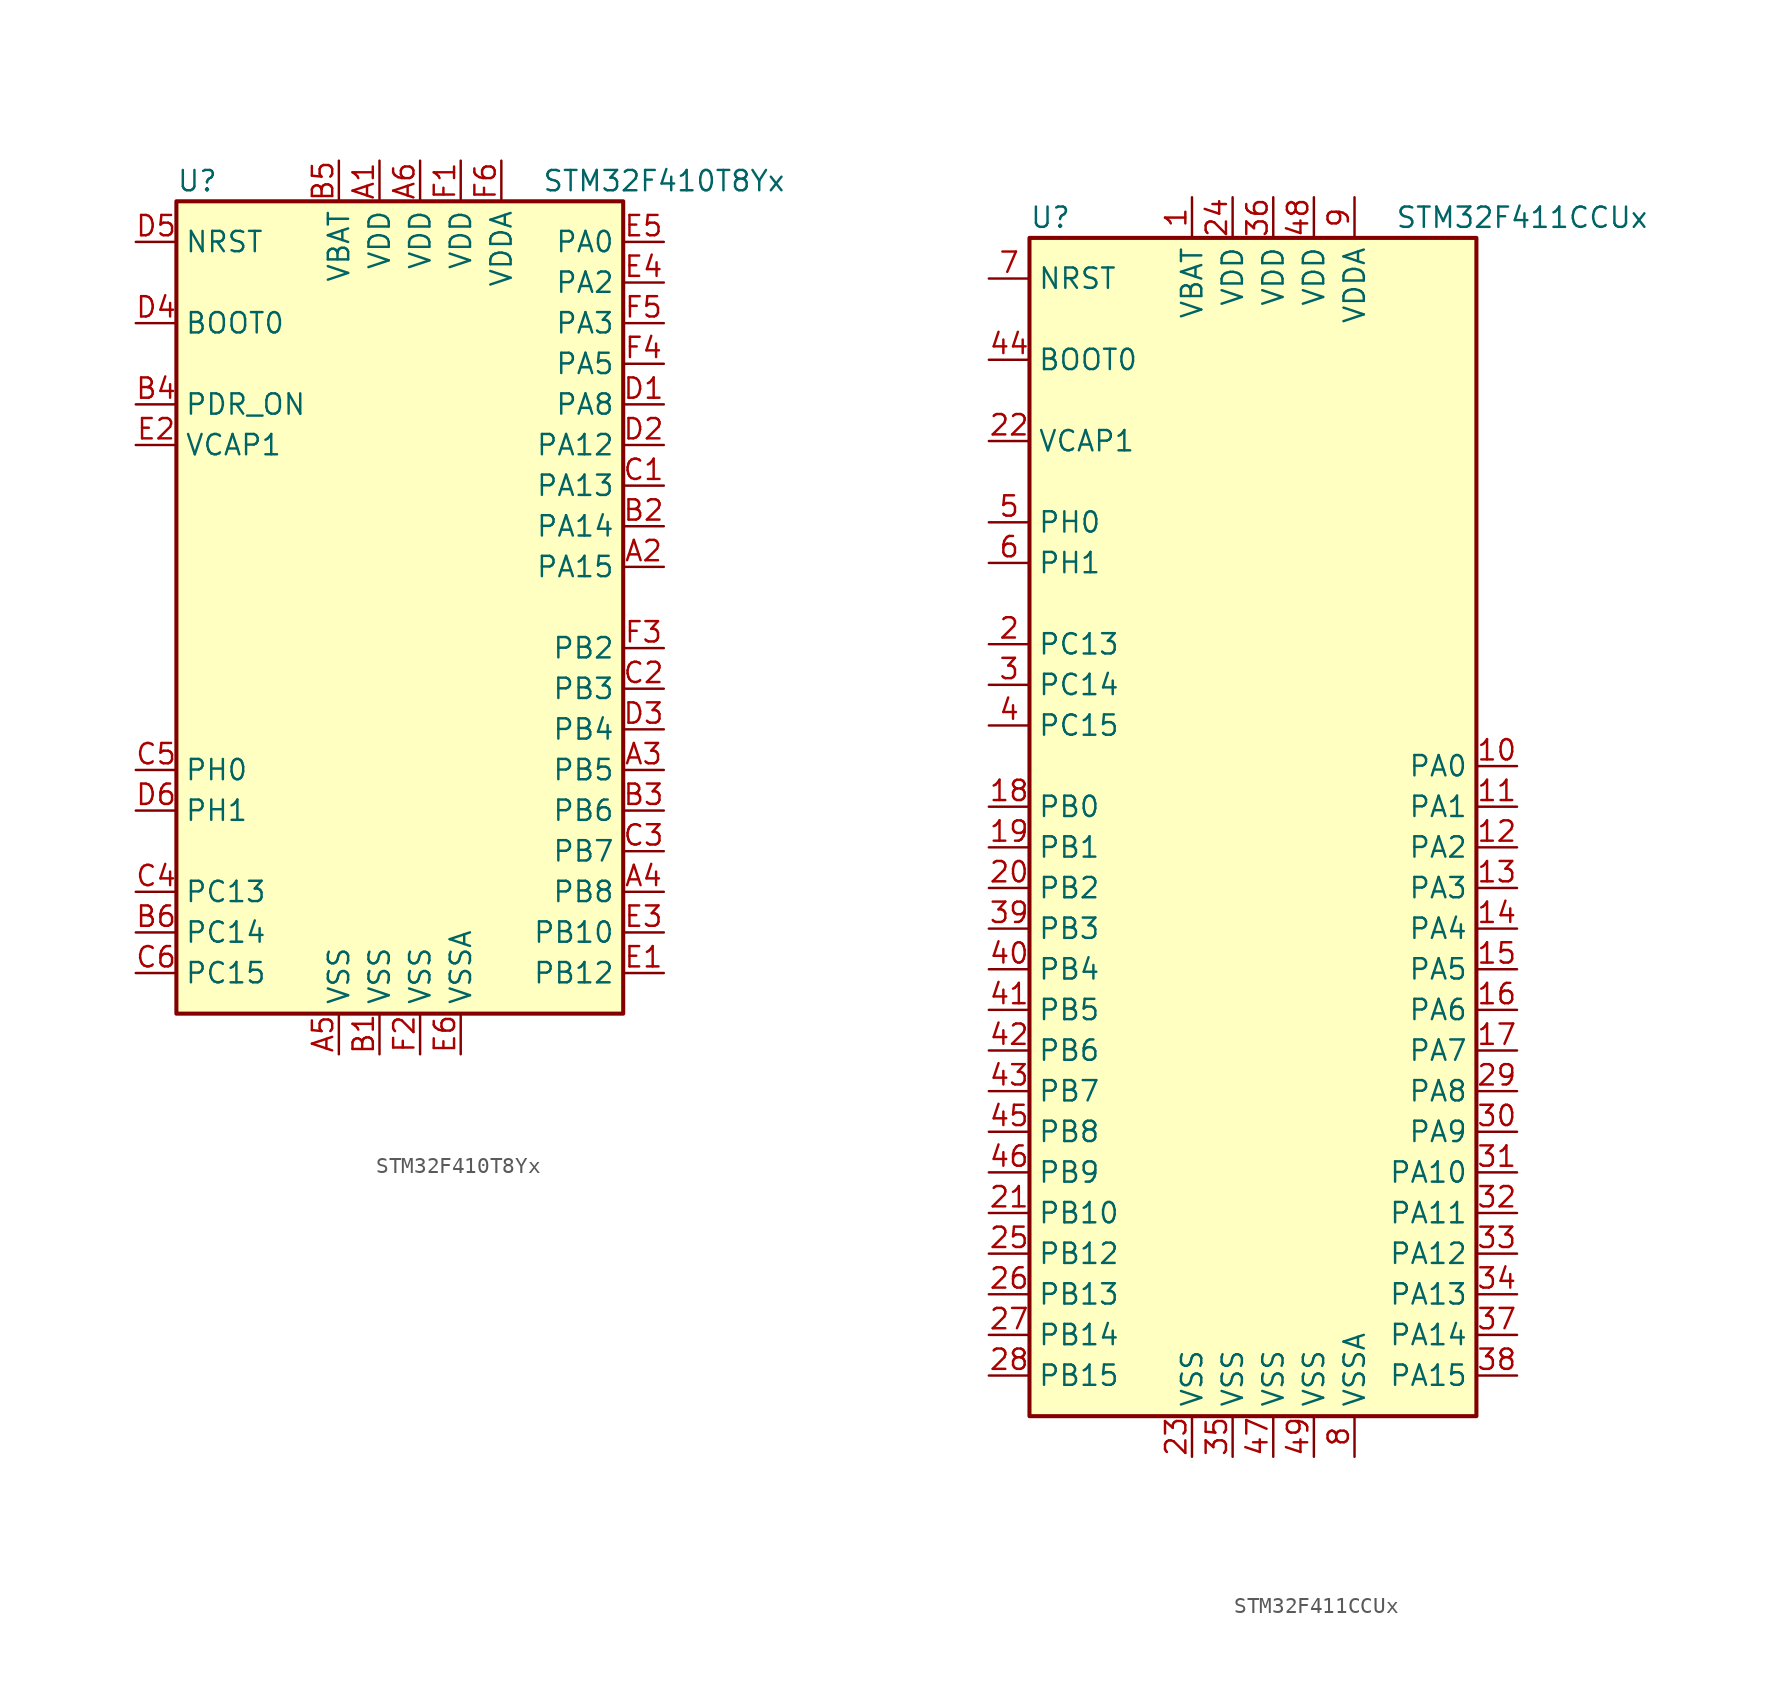
<source format=kicad_sym>
(kicad_symbol_lib
  (version 20201005)
  (generator kicad_symbol_editor)
  (symbol "STM32F410T8Yx"
    (property "Reference" "U"
      (at -15.24 26.67 0)
      (effects (font (size 1.27 1.27)) (justify left)))
    (property "Value" "STM32F410T8Yx"
      (at 7.62 26.67 0)
      (effects (font (size 1.27 1.27)) (justify left)))
    (symbol "STM32F410T8Yx_0_1"
      (rectangle (start -15.24 -25.4) (end 12.7 25.4) (stroke (width 0.254)) (fill (type background))))
    (symbol "STM32F410T8Yx_1_1"
      (pin power_in line (at -2.54 27.94 270) (length 2.54) (name "VDD" (effects (font (size 1.27 1.27)))) (number "A1" (effects (font (size 1.27 1.27)))))
      (pin bidirectional line (at 15.24 2.54 180) (length 2.54) (name "PA15" (effects (font (size 1.27 1.27)))) (number "A2" (effects (font (size 1.27 1.27)))))
      (pin bidirectional line (at 15.24 -10.16 180) (length 2.54) (name "PB5" (effects (font (size 1.27 1.27)))) (number "A3" (effects (font (size 1.27 1.27)))))
      (pin bidirectional line (at 15.24 -17.78 180) (length 2.54) (name "PB8" (effects (font (size 1.27 1.27)))) (number "A4" (effects (font (size 1.27 1.27)))))
      (pin power_in line (at -5.08 -27.94 90) (length 2.54) (name "VSS" (effects (font (size 1.27 1.27)))) (number "A5" (effects (font (size 1.27 1.27)))))
      (pin power_in line (at 0 27.94 270) (length 2.54) (name "VDD" (effects (font (size 1.27 1.27)))) (number "A6" (effects (font (size 1.27 1.27)))))
      (pin power_in line (at -2.54 -27.94 90) (length 2.54) (name "VSS" (effects (font (size 1.27 1.27)))) (number "B1" (effects (font (size 1.27 1.27)))))
      (pin bidirectional line (at 15.24 5.08 180) (length 2.54) (name "PA14" (effects (font (size 1.27 1.27)))) (number "B2" (effects (font (size 1.27 1.27)))))
      (pin bidirectional line (at 15.24 -12.7 180) (length 2.54) (name "PB6" (effects (font (size 1.27 1.27)))) (number "B3" (effects (font (size 1.27 1.27)))))
      (pin power_in line (at -17.78 12.7 0) (length 2.54) (name "PDR_ON" (effects (font (size 1.27 1.27)))) (number "B4" (effects (font (size 1.27 1.27)))))
      (pin power_in line (at -5.08 27.94 270) (length 2.54) (name "VBAT" (effects (font (size 1.27 1.27)))) (number "B5" (effects (font (size 1.27 1.27)))))
      (pin bidirectional line (at -17.78 -20.32 0) (length 2.54) (name "PC14" (effects (font (size 1.27 1.27)))) (number "B6" (effects (font (size 1.27 1.27)))))
      (pin bidirectional line (at 15.24 7.62 180) (length 2.54) (name "PA13" (effects (font (size 1.27 1.27)))) (number "C1" (effects (font (size 1.27 1.27)))))
      (pin bidirectional line (at 15.24 -5.08 180) (length 2.54) (name "PB3" (effects (font (size 1.27 1.27)))) (number "C2" (effects (font (size 1.27 1.27)))))
      (pin bidirectional line (at 15.24 -15.24 180) (length 2.54) (name "PB7" (effects (font (size 1.27 1.27)))) (number "C3" (effects (font (size 1.27 1.27)))))
      (pin bidirectional line (at -17.78 -17.78 0) (length 2.54) (name "PC13" (effects (font (size 1.27 1.27)))) (number "C4" (effects (font (size 1.27 1.27)))))
      (pin input line (at -17.78 -10.16 0) (length 2.54) (name "PH0" (effects (font (size 1.27 1.27)))) (number "C5" (effects (font (size 1.27 1.27)))))
      (pin bidirectional line (at -17.78 -22.86 0) (length 2.54) (name "PC15" (effects (font (size 1.27 1.27)))) (number "C6" (effects (font (size 1.27 1.27)))))
      (pin bidirectional line (at 15.24 12.7 180) (length 2.54) (name "PA8" (effects (font (size 1.27 1.27)))) (number "D1" (effects (font (size 1.27 1.27)))))
      (pin bidirectional line (at 15.24 10.16 180) (length 2.54) (name "PA12" (effects (font (size 1.27 1.27)))) (number "D2" (effects (font (size 1.27 1.27)))))
      (pin bidirectional line (at 15.24 -7.62 180) (length 2.54) (name "PB4" (effects (font (size 1.27 1.27)))) (number "D3" (effects (font (size 1.27 1.27)))))
      (pin input line (at -17.78 17.78 0) (length 2.54) (name "BOOT0" (effects (font (size 1.27 1.27)))) (number "D4" (effects (font (size 1.27 1.27)))))
      (pin input line (at -17.78 22.86 0) (length 2.54) (name "NRST" (effects (font (size 1.27 1.27)))) (number "D5" (effects (font (size 1.27 1.27)))))
      (pin input line (at -17.78 -12.7 0) (length 2.54) (name "PH1" (effects (font (size 1.27 1.27)))) (number "D6" (effects (font (size 1.27 1.27)))))
      (pin bidirectional line (at 15.24 -22.86 180) (length 2.54) (name "PB12" (effects (font (size 1.27 1.27)))) (number "E1" (effects (font (size 1.27 1.27)))))
      (pin power_in line (at -17.78 10.16 0) (length 2.54) (name "VCAP1" (effects (font (size 1.27 1.27)))) (number "E2" (effects (font (size 1.27 1.27)))))
      (pin bidirectional line (at 15.24 -20.32 180) (length 2.54) (name "PB10" (effects (font (size 1.27 1.27)))) (number "E3" (effects (font (size 1.27 1.27)))))
      (pin bidirectional line (at 15.24 20.32 180) (length 2.54) (name "PA2" (effects (font (size 1.27 1.27)))) (number "E4" (effects (font (size 1.27 1.27)))))
      (pin bidirectional line (at 15.24 22.86 180) (length 2.54) (name "PA0" (effects (font (size 1.27 1.27)))) (number "E5" (effects (font (size 1.27 1.27)))))
      (pin power_in line (at 2.54 -27.94 90) (length 2.54) (name "VSSA" (effects (font (size 1.27 1.27)))) (number "E6" (effects (font (size 1.27 1.27)))))
      (pin power_in line (at 2.54 27.94 270) (length 2.54) (name "VDD" (effects (font (size 1.27 1.27)))) (number "F1" (effects (font (size 1.27 1.27)))))
      (pin power_in line (at 0 -27.94 90) (length 2.54) (name "VSS" (effects (font (size 1.27 1.27)))) (number "F2" (effects (font (size 1.27 1.27)))))
      (pin bidirectional line (at 15.24 -2.54 180) (length 2.54) (name "PB2" (effects (font (size 1.27 1.27)))) (number "F3" (effects (font (size 1.27 1.27)))))
      (pin bidirectional line (at 15.24 15.24 180) (length 2.54) (name "PA5" (effects (font (size 1.27 1.27)))) (number "F4" (effects (font (size 1.27 1.27)))))
      (pin bidirectional line (at 15.24 17.78 180) (length 2.54) (name "PA3" (effects (font (size 1.27 1.27)))) (number "F5" (effects (font (size 1.27 1.27)))))
      (pin power_in line (at 5.08 27.94 270) (length 2.54) (name "VDDA" (effects (font (size 1.27 1.27)))) (number "F6" (effects (font (size 1.27 1.27)))))))
  (symbol "STM32F411CCUx"
    (property "Reference" "U"
      (at -15.24 36.83 0)
      (effects (font (size 1.27 1.27)) (justify left)))
    (property "Value" "STM32F411CCUx"
      (at 7.62 36.83 0)
      (effects (font (size 1.27 1.27)) (justify left)))
    (symbol "STM32F411CCUx_0_1"
      (rectangle (start -15.24 -38.1) (end 12.7 35.56) (stroke (width 0.254)) (fill (type background))))
    (symbol "STM32F411CCUx_1_1"
      (pin power_in line (at -5.08 38.1 270) (length 2.54) (name "VBAT" (effects (font (size 1.27 1.27)))) (number "1" (effects (font (size 1.27 1.27)))))
      (pin bidirectional line (at 15.24 2.54 180) (length 2.54) (name "PA0" (effects (font (size 1.27 1.27)))) (number "10" (effects (font (size 1.27 1.27)))))
      (pin bidirectional line (at 15.24 0 180) (length 2.54) (name "PA1" (effects (font (size 1.27 1.27)))) (number "11" (effects (font (size 1.27 1.27)))))
      (pin bidirectional line (at 15.24 -2.54 180) (length 2.54) (name "PA2" (effects (font (size 1.27 1.27)))) (number "12" (effects (font (size 1.27 1.27)))))
      (pin bidirectional line (at 15.24 -5.08 180) (length 2.54) (name "PA3" (effects (font (size 1.27 1.27)))) (number "13" (effects (font (size 1.27 1.27)))))
      (pin bidirectional line (at 15.24 -7.62 180) (length 2.54) (name "PA4" (effects (font (size 1.27 1.27)))) (number "14" (effects (font (size 1.27 1.27)))))
      (pin bidirectional line (at 15.24 -10.16 180) (length 2.54) (name "PA5" (effects (font (size 1.27 1.27)))) (number "15" (effects (font (size 1.27 1.27)))))
      (pin bidirectional line (at 15.24 -12.7 180) (length 2.54) (name "PA6" (effects (font (size 1.27 1.27)))) (number "16" (effects (font (size 1.27 1.27)))))
      (pin bidirectional line (at 15.24 -15.24 180) (length 2.54) (name "PA7" (effects (font (size 1.27 1.27)))) (number "17" (effects (font (size 1.27 1.27)))))
      (pin bidirectional line (at -17.78 0 0) (length 2.54) (name "PB0" (effects (font (size 1.27 1.27)))) (number "18" (effects (font (size 1.27 1.27)))))
      (pin bidirectional line (at -17.78 -2.54 0) (length 2.54) (name "PB1" (effects (font (size 1.27 1.27)))) (number "19" (effects (font (size 1.27 1.27)))))
      (pin bidirectional line (at -17.78 10.16 0) (length 2.54) (name "PC13" (effects (font (size 1.27 1.27)))) (number "2" (effects (font (size 1.27 1.27)))))
      (pin bidirectional line (at -17.78 -5.08 0) (length 2.54) (name "PB2" (effects (font (size 1.27 1.27)))) (number "20" (effects (font (size 1.27 1.27)))))
      (pin bidirectional line (at -17.78 -25.4 0) (length 2.54) (name "PB10" (effects (font (size 1.27 1.27)))) (number "21" (effects (font (size 1.27 1.27)))))
      (pin power_in line (at -17.78 22.86 0) (length 2.54) (name "VCAP1" (effects (font (size 1.27 1.27)))) (number "22" (effects (font (size 1.27 1.27)))))
      (pin power_in line (at -5.08 -40.64 90) (length 2.54) (name "VSS" (effects (font (size 1.27 1.27)))) (number "23" (effects (font (size 1.27 1.27)))))
      (pin power_in line (at -2.54 38.1 270) (length 2.54) (name "VDD" (effects (font (size 1.27 1.27)))) (number "24" (effects (font (size 1.27 1.27)))))
      (pin bidirectional line (at -17.78 -27.94 0) (length 2.54) (name "PB12" (effects (font (size 1.27 1.27)))) (number "25" (effects (font (size 1.27 1.27)))))
      (pin bidirectional line (at -17.78 -30.48 0) (length 2.54) (name "PB13" (effects (font (size 1.27 1.27)))) (number "26" (effects (font (size 1.27 1.27)))))
      (pin bidirectional line (at -17.78 -33.02 0) (length 2.54) (name "PB14" (effects (font (size 1.27 1.27)))) (number "27" (effects (font (size 1.27 1.27)))))
      (pin bidirectional line (at -17.78 -35.56 0) (length 2.54) (name "PB15" (effects (font (size 1.27 1.27)))) (number "28" (effects (font (size 1.27 1.27)))))
      (pin bidirectional line (at 15.24 -17.78 180) (length 2.54) (name "PA8" (effects (font (size 1.27 1.27)))) (number "29" (effects (font (size 1.27 1.27)))))
      (pin bidirectional line (at -17.78 7.62 0) (length 2.54) (name "PC14" (effects (font (size 1.27 1.27)))) (number "3" (effects (font (size 1.27 1.27)))))
      (pin bidirectional line (at 15.24 -20.32 180) (length 2.54) (name "PA9" (effects (font (size 1.27 1.27)))) (number "30" (effects (font (size 1.27 1.27)))))
      (pin bidirectional line (at 15.24 -22.86 180) (length 2.54) (name "PA10" (effects (font (size 1.27 1.27)))) (number "31" (effects (font (size 1.27 1.27)))))
      (pin bidirectional line (at 15.24 -25.4 180) (length 2.54) (name "PA11" (effects (font (size 1.27 1.27)))) (number "32" (effects (font (size 1.27 1.27)))))
      (pin bidirectional line (at 15.24 -27.94 180) (length 2.54) (name "PA12" (effects (font (size 1.27 1.27)))) (number "33" (effects (font (size 1.27 1.27)))))
      (pin bidirectional line (at 15.24 -30.48 180) (length 2.54) (name "PA13" (effects (font (size 1.27 1.27)))) (number "34" (effects (font (size 1.27 1.27)))))
      (pin power_in line (at -2.54 -40.64 90) (length 2.54) (name "VSS" (effects (font (size 1.27 1.27)))) (number "35" (effects (font (size 1.27 1.27)))))
      (pin power_in line (at 0 38.1 270) (length 2.54) (name "VDD" (effects (font (size 1.27 1.27)))) (number "36" (effects (font (size 1.27 1.27)))))
      (pin bidirectional line (at 15.24 -33.02 180) (length 2.54) (name "PA14" (effects (font (size 1.27 1.27)))) (number "37" (effects (font (size 1.27 1.27)))))
      (pin bidirectional line (at 15.24 -35.56 180) (length 2.54) (name "PA15" (effects (font (size 1.27 1.27)))) (number "38" (effects (font (size 1.27 1.27)))))
      (pin bidirectional line (at -17.78 -7.62 0) (length 2.54) (name "PB3" (effects (font (size 1.27 1.27)))) (number "39" (effects (font (size 1.27 1.27)))))
      (pin bidirectional line (at -17.78 5.08 0) (length 2.54) (name "PC15" (effects (font (size 1.27 1.27)))) (number "4" (effects (font (size 1.27 1.27)))))
      (pin bidirectional line (at -17.78 -10.16 0) (length 2.54) (name "PB4" (effects (font (size 1.27 1.27)))) (number "40" (effects (font (size 1.27 1.27)))))
      (pin bidirectional line (at -17.78 -12.7 0) (length 2.54) (name "PB5" (effects (font (size 1.27 1.27)))) (number "41" (effects (font (size 1.27 1.27)))))
      (pin bidirectional line (at -17.78 -15.24 0) (length 2.54) (name "PB6" (effects (font (size 1.27 1.27)))) (number "42" (effects (font (size 1.27 1.27)))))
      (pin bidirectional line (at -17.78 -17.78 0) (length 2.54) (name "PB7" (effects (font (size 1.27 1.27)))) (number "43" (effects (font (size 1.27 1.27)))))
      (pin input line (at -17.78 27.94 0) (length 2.54) (name "BOOT0" (effects (font (size 1.27 1.27)))) (number "44" (effects (font (size 1.27 1.27)))))
      (pin bidirectional line (at -17.78 -20.32 0) (length 2.54) (name "PB8" (effects (font (size 1.27 1.27)))) (number "45" (effects (font (size 1.27 1.27)))))
      (pin bidirectional line (at -17.78 -22.86 0) (length 2.54) (name "PB9" (effects (font (size 1.27 1.27)))) (number "46" (effects (font (size 1.27 1.27)))))
      (pin power_in line (at 0 -40.64 90) (length 2.54) (name "VSS" (effects (font (size 1.27 1.27)))) (number "47" (effects (font (size 1.27 1.27)))))
      (pin power_in line (at 2.54 38.1 270) (length 2.54) (name "VDD" (effects (font (size 1.27 1.27)))) (number "48" (effects (font (size 1.27 1.27)))))
      (pin power_in line (at 2.54 -40.64 90) (length 2.54) (name "VSS" (effects (font (size 1.27 1.27)))) (number "49" (effects (font (size 1.27 1.27)))))
      (pin input line (at -17.78 17.78 0) (length 2.54) (name "PH0" (effects (font (size 1.27 1.27)))) (number "5" (effects (font (size 1.27 1.27)))))
      (pin input line (at -17.78 15.24 0) (length 2.54) (name "PH1" (effects (font (size 1.27 1.27)))) (number "6" (effects (font (size 1.27 1.27)))))
      (pin input line (at -17.78 33.02 0) (length 2.54) (name "NRST" (effects (font (size 1.27 1.27)))) (number "7" (effects (font (size 1.27 1.27)))))
      (pin power_in line (at 5.08 -40.64 90) (length 2.54) (name "VSSA" (effects (font (size 1.27 1.27)))) (number "8" (effects (font (size 1.27 1.27)))))
      (pin power_in line (at 5.08 38.1 270) (length 2.54) (name "VDDA" (effects (font (size 1.27 1.27)))) (number "9" (effects (font (size 1.27 1.27))))))))
</source>
